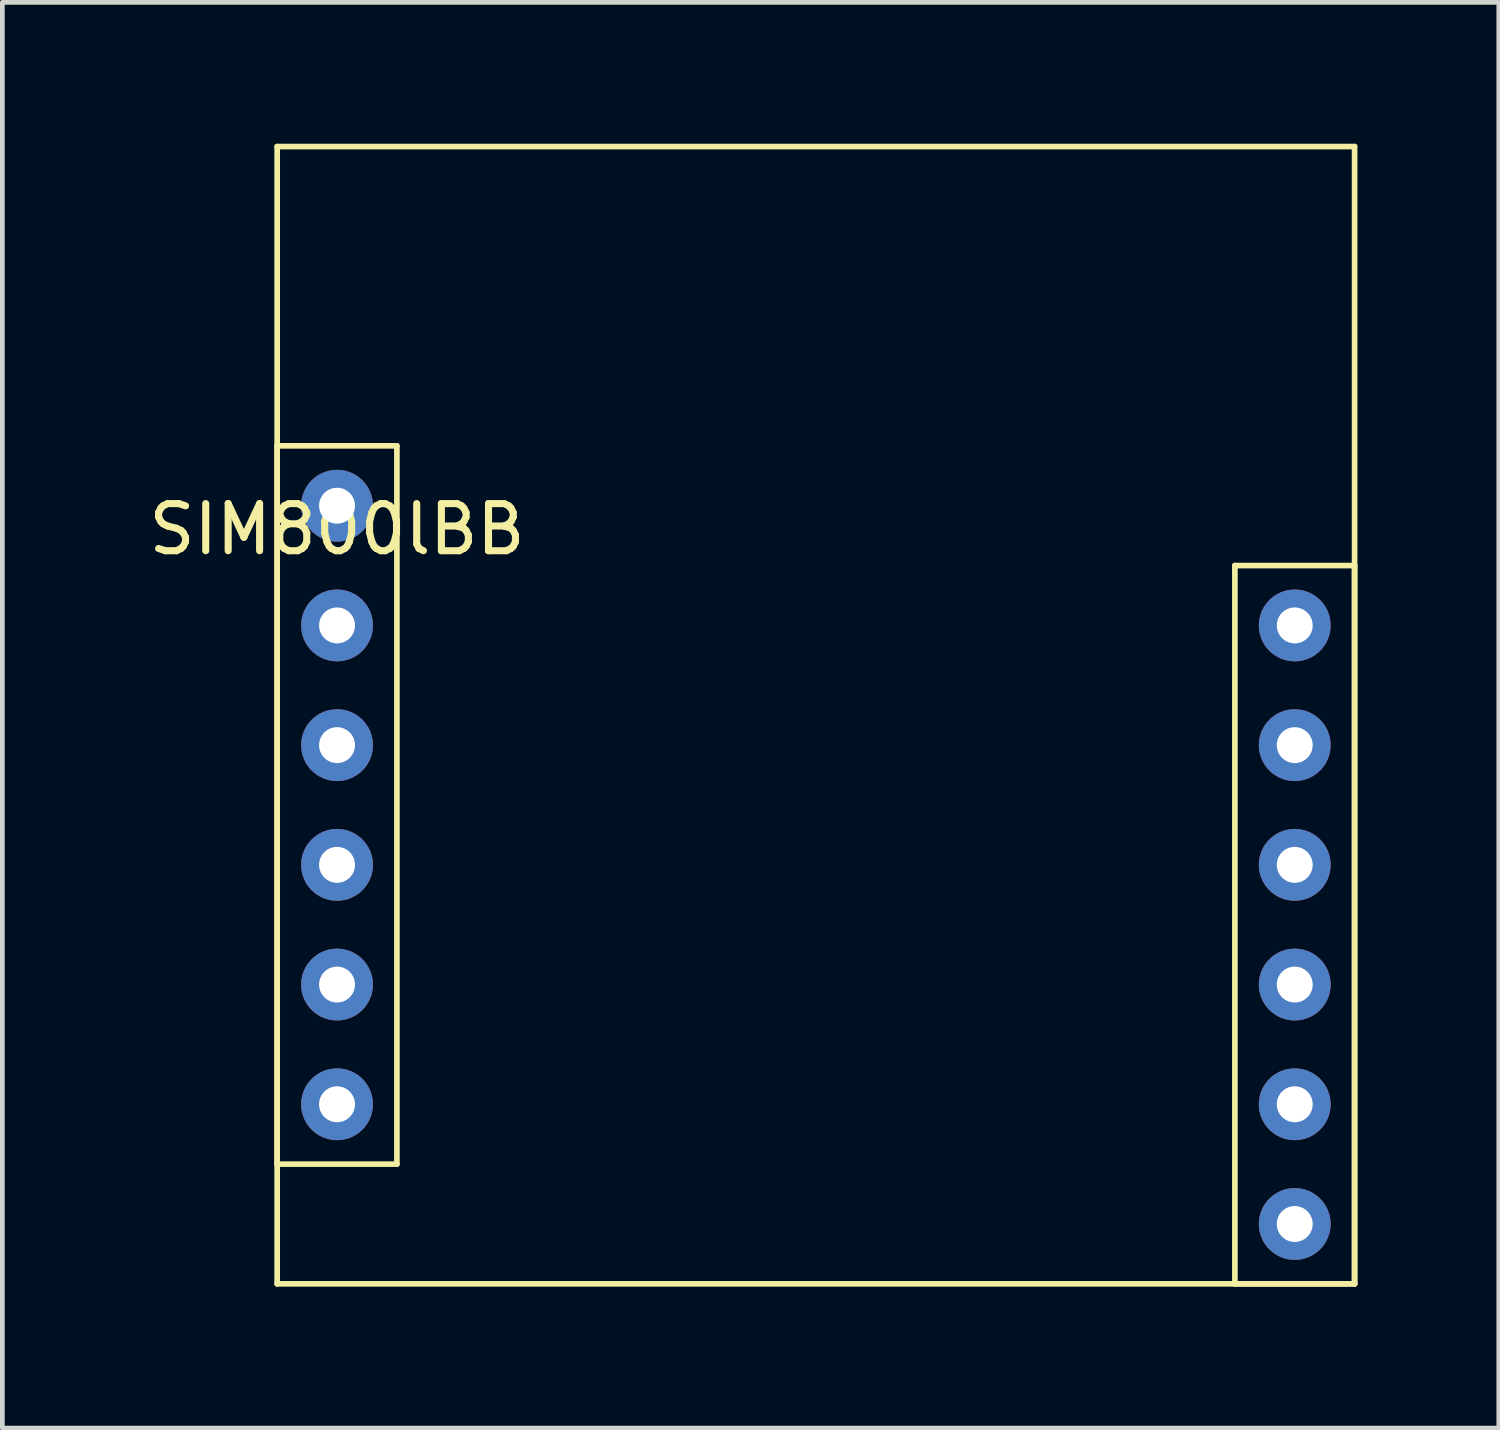
<source format=kicad_pcb>
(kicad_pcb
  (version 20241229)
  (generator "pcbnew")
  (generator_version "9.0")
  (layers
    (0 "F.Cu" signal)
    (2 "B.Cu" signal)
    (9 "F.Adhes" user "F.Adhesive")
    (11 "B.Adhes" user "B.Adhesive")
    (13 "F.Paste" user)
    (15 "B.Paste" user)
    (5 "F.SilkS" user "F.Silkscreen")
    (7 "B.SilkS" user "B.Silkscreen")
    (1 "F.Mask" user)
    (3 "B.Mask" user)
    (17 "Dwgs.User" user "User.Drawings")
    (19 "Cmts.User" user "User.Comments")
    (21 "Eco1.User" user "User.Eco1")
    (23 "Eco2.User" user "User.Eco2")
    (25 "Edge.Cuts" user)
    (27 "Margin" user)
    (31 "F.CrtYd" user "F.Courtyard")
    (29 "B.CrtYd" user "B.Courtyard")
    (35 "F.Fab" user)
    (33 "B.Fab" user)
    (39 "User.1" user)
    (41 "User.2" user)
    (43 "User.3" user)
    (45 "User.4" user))
  (footprint "SIM800lBB"
    (layer "F.Cu")
    (at 4.101 7.68)
    (property "Reference" "SIM800lBB" (at 0 0.5 0) (layer "F.SilkS") (effects (font (size 1 1) (thickness 0.15))))
    (attr through_hole)
    (fp_line (start -1.27 -7.62) (end 21.59 -7.62) (stroke (width 0.12) (type solid)) (layer "F.SilkS"))
    (fp_line (start -1.27 -1.27) (end -1.27 13.97) (stroke (width 0.12) (type solid)) (layer "F.SilkS"))
    (fp_line (start -1.27 13.97) (end 1.27 13.97) (stroke (width 0.12) (type solid)) (layer "F.SilkS"))
    (fp_line (start -1.27 16.51) (end -1.27 -7.62) (stroke (width 0.12) (type solid)) (layer "F.SilkS"))
    (fp_line (start 1.27 -1.27) (end -1.27 -1.27) (stroke (width 0.12) (type solid)) (layer "F.SilkS"))
    (fp_line (start 1.27 13.97) (end 1.27 -1.27) (stroke (width 0.12) (type solid)) (layer "F.SilkS"))
    (fp_line (start 19.05 1.27) (end 19.05 16.51) (stroke (width 0.12) (type solid)) (layer "F.SilkS"))
    (fp_line (start 19.05 16.51) (end 21.59 16.51) (stroke (width 0.12) (type solid)) (layer "F.SilkS"))
    (fp_line (start 21.59 -7.62) (end 21.59 16.51) (stroke (width 0.12) (type solid)) (layer "F.SilkS"))
    (fp_line (start 21.59 1.27) (end 19.05 1.27) (stroke (width 0.12) (type solid)) (layer "F.SilkS"))
    (fp_line (start 21.59 16.51) (end -1.27 16.51) (stroke (width 0.12) (type solid)) (layer "F.SilkS"))
    (fp_line (start 21.59 16.51) (end 21.59 1.27) (stroke (width 0.12) (type solid)) (layer "F.SilkS"))
    (pad "1" thru_hole circle (at 0 0) (size 1.524 1.524) (drill 0.762) (layers "*.Cu" "*.Mask"))
    (pad "2" thru_hole circle (at 0 2.54) (size 1.524 1.524) (drill 0.762) (layers "*.Cu" "*.Mask"))
    (pad "3" thru_hole circle (at 0 5.08) (size 1.524 1.524) (drill 0.762) (layers "*.Cu" "*.Mask"))
    (pad "4" thru_hole circle (at 0 7.62) (size 1.524 1.524) (drill 0.762) (layers "*.Cu" "*.Mask"))
    (pad "5" thru_hole circle (at 0 10.16) (size 1.524 1.524) (drill 0.762) (layers "*.Cu" "*.Mask"))
    (pad "6" thru_hole circle (at 0 12.7) (size 1.524 1.524) (drill 0.762) (layers "*.Cu" "*.Mask"))
    (pad "7" thru_hole circle (at 20.32 2.54) (size 1.524 1.524) (drill 0.762) (layers "*.Cu" "*.Mask"))
    (pad "8" thru_hole circle (at 20.32 5.08) (size 1.524 1.524) (drill 0.762) (layers "*.Cu" "*.Mask"))
    (pad "9" thru_hole circle (at 20.32 7.62) (size 1.524 1.524) (drill 0.762) (layers "*.Cu" "*.Mask"))
    (pad "10" thru_hole circle (at 20.32 10.16) (size 1.524 1.524) (drill 0.762) (layers "*.Cu" "*.Mask"))
    (pad "11" thru_hole circle (at 20.32 12.7) (size 1.524 1.524) (drill 0.762) (layers "*.Cu" "*.Mask"))
    (pad "12" thru_hole circle (at 20.32 15.24) (size 1.524 1.524) (drill 0.762) (layers "*.Cu" "*.Mask")))
  (gr_rect
    (start -3 -3)
    (end 28.751 27.25)
    (stroke (width 0.1) (type default))
    (fill no)
    (layer "Edge.Cuts")))
</source>
